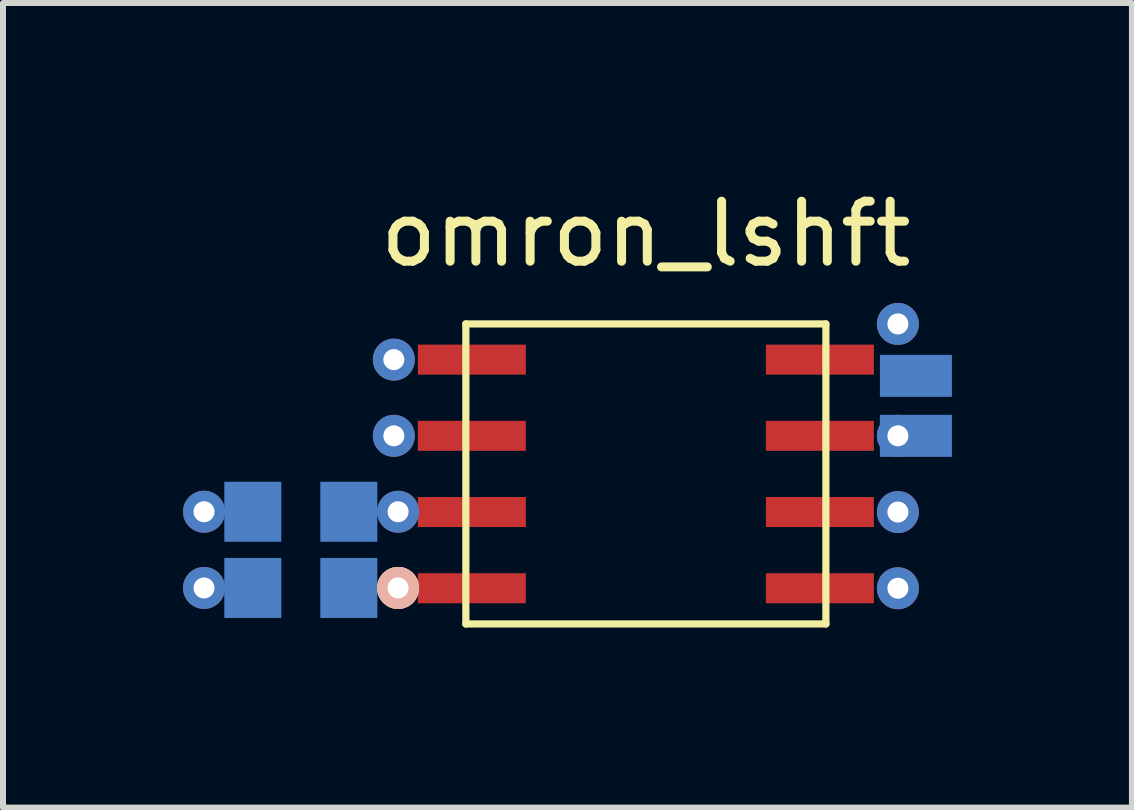
<source format=kicad_pcb>
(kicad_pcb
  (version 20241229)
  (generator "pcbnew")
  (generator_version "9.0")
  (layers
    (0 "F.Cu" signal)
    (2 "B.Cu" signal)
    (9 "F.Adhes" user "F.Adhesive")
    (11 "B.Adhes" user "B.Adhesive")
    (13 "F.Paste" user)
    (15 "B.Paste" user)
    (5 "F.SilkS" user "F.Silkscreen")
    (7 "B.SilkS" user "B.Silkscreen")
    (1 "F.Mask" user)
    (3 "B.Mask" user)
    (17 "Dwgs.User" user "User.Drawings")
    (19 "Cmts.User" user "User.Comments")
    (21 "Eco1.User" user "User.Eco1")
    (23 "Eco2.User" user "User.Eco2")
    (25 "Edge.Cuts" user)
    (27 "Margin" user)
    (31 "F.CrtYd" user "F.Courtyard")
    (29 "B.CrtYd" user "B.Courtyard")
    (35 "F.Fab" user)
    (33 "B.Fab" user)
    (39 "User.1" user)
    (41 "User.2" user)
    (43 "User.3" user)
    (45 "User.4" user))
  (footprint "omron_lshft"
    (layer "F.Cu")
    (at 7.713 4.848)
    (property "Reference" "omron_lshft" (at 0 -4 0) (layer "F.SilkS") (effects (font (size 1 1) (thickness 0.15))))
    (attr smd)
    (fp_line (start -3 -2.5) (end 3 -2.5) (stroke (width 0.12) (type solid)) (layer "F.SilkS"))
    (fp_line (start -3 2.5) (end -3 -2.5) (stroke (width 0.12) (type solid)) (layer "F.SilkS"))
    (fp_line (start 3 -2.5) (end 3 2.5) (stroke (width 0.12) (type solid)) (layer "F.SilkS"))
    (fp_line (start 3 2.5) (end -3 2.5) (stroke (width 0.12) (type solid)) (layer "F.SilkS"))
    (pad "1" smd rect (at -2.9 -1.905) (size 1.8 0.5) (layers "F.Cu" "F.Mask" "F.Paste"))
    (pad "2" smd rect (at -2.9 -0.635) (size 1.8 0.5) (layers "F.Cu" "F.Mask" "F.Paste"))
    (pad "3" smd rect (at -2.9 0.635) (size 1.8 0.5) (layers "F.Cu" "F.Mask" "F.Paste"))
    (pad "4" smd rect (at -2.9 1.905) (size 1.8 0.5) (layers "F.Cu" "F.Mask" "F.Paste"))
    (pad "5" smd rect (at 2.9 1.905) (size 1.8 0.5) (layers "F.Cu" "F.Mask" "F.Paste"))
    (pad "6" smd rect (at 2.9 0.635) (size 1.8 0.5) (layers "F.Cu" "F.Mask" "F.Paste"))
    (pad "7" smd rect (at 2.9 -0.635) (size 1.8 0.5) (layers "F.Cu" "F.Mask" "F.Paste"))
    (pad "8" smd rect (at 2.9 -1.905) (size 1.8 0.5) (layers "F.Cu" "F.Mask" "F.Paste"))
    (pad "11" thru_hole circle (at -4.2 -1.905) (size 0.7 0.7) (drill 0.35) (layers "*.Cu" "*.Mask"))
    (pad "12" thru_hole circle (at -4.2 -0.635) (size 0.7 0.7) (drill 0.35) (layers "*.Cu" "*.Mask"))
    (pad "13" thru_hole circle (at -4.129 0.63) (size 0.7 0.7) (drill 0.35) (layers "*.Cu" "*.Mask"))
    (pad "14" thru_hole circle (at -7.363 0.63) (size 0.7 0.7) (drill 0.35) (layers "*.Cu" "*.Mask"))
    (pad "15" thru_hole circle (at 4.2 1.905) (size 0.7 0.7) (drill 0.35) (layers "*.Cu" "*.Mask"))
    (pad "16" thru_hole circle (at 4.2 0.635) (size 0.7 0.7) (drill 0.35) (layers "*.Cu" "*.Mask"))
    (pad "17" thru_hole circle (at 4.2 -0.635) (size 0.7 0.7) (drill 0.35) (layers "*.Cu" "*.Mask"))
    (pad "18" thru_hole circle (at 4.2 -2.5) (size 0.7 0.7) (drill 0.35) (layers "*.Cu" "*.Mask"))
    (pad "19" smd rect (at 4.5 -0.635) (size 1.2 0.7) (layers "B.Cu" "B.Mask"))
    (pad "20" smd rect (at 4.5 -1.635) (size 1.2 0.7) (layers "B.Cu" "B.Mask"))
    (pad "23" smd rect (at -4.95 0.63) (size 0.95 1) (layers "B.Cu" "B.Mask"))
    (pad "23" smd rect (at -4.95 1.9) (size 0.95 1) (layers "B.Cu" "B.Mask"))
    (pad "24" smd rect (at -6.55 0.63) (size 0.95 1) (layers "B.Cu" "B.Mask"))
    (pad "24" smd rect (at -6.55 1.9) (size 0.95 1) (layers "B.Cu" "B.Mask"))
    (pad "25" thru_hole circle (at -7.363 1.9) (size 0.7 0.7) (drill 0.35) (layers "*.Cu" "*.Mask"))
    (pad "26" thru_hole circle (at -4.129 1.9) (size 0.7 0.7) (drill 0.35) (layers "*.Cu" "*.Adhes" "*.Paste" "*.SilkS" "*.Mask")))
  (gr_rect
    (start -3 -3)
    (end 15.813 10.408)
    (stroke (width 0.1) (type default))
    (fill no)
    (layer "Edge.Cuts")))
</source>
